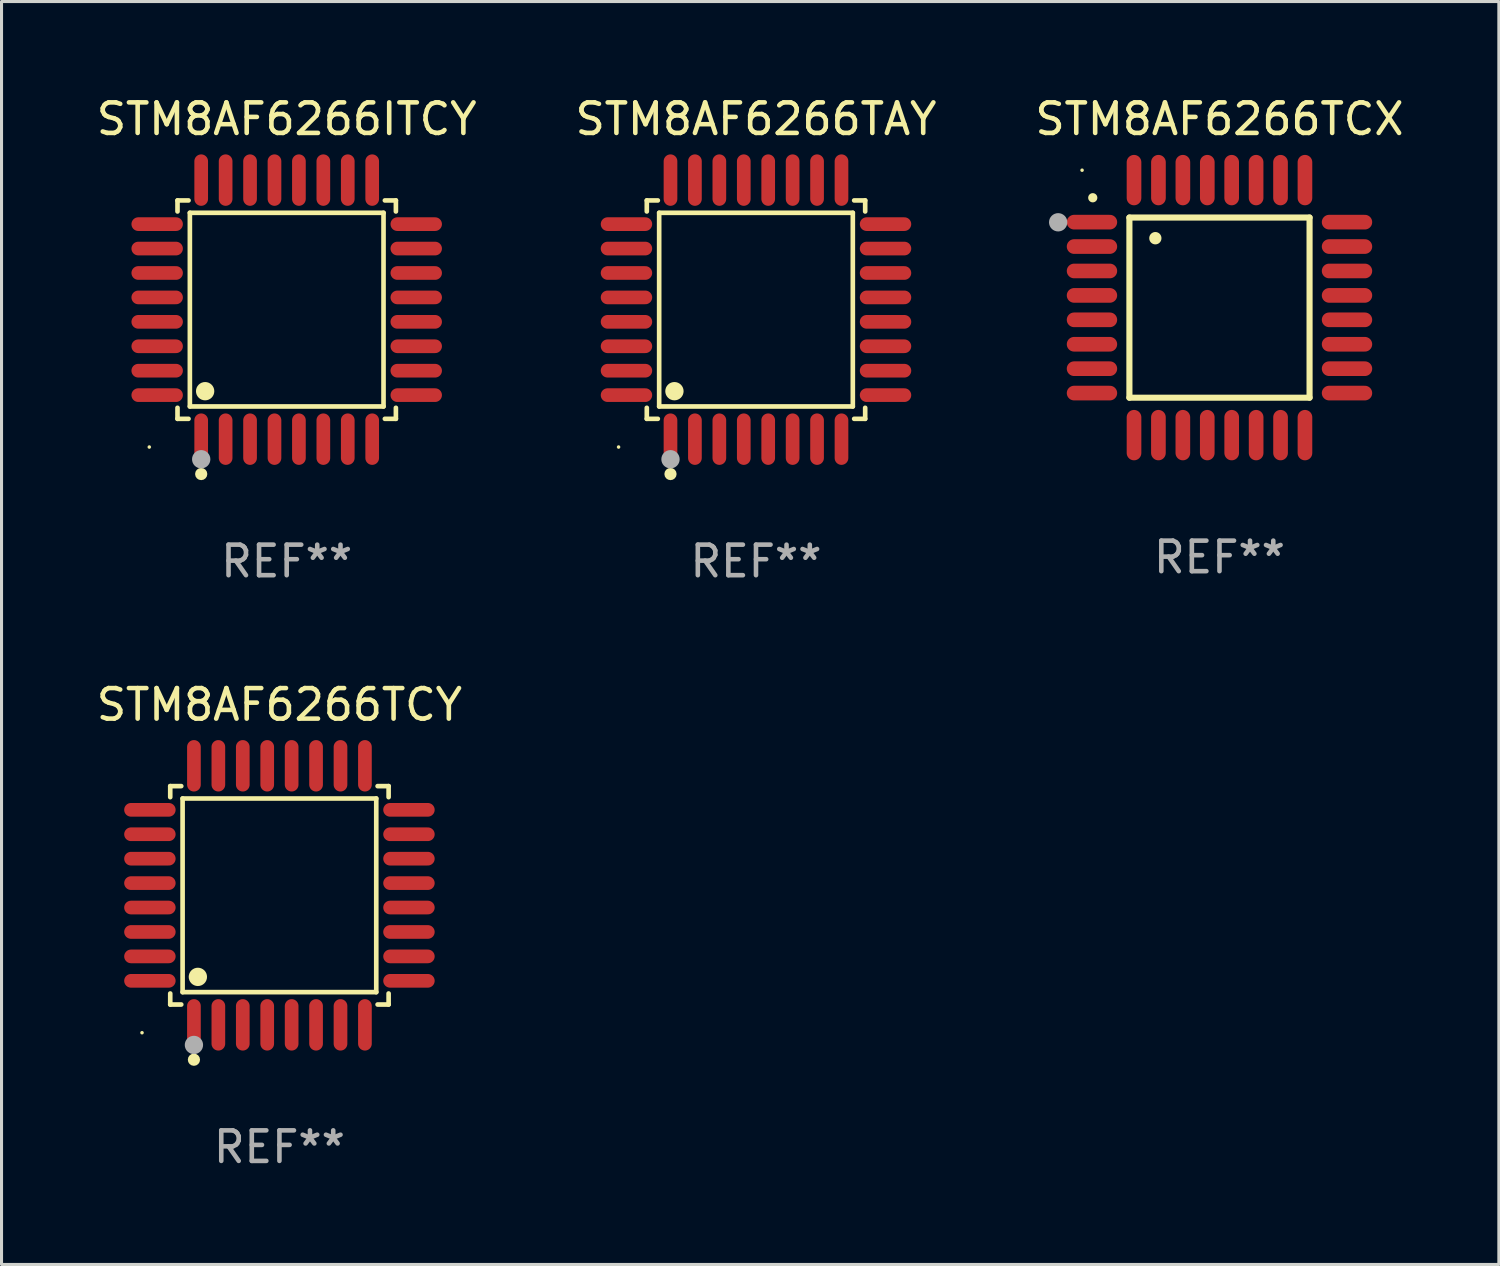
<source format=kicad_pcb>
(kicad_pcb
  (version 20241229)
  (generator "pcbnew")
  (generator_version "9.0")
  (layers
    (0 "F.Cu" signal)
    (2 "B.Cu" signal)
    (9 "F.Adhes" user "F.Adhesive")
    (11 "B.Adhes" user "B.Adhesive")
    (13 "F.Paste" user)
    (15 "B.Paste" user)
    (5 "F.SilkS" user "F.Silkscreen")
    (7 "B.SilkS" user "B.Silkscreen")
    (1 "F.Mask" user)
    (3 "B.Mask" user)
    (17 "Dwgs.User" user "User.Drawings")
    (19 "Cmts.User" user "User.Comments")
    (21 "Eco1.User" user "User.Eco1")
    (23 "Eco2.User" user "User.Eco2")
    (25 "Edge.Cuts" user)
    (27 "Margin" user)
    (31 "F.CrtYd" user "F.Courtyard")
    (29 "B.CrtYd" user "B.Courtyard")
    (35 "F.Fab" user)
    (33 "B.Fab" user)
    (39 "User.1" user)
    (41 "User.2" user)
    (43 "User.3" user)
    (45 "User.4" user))
  (footprint "STM8AF6266TAY"
    (layer "F.Cu")
    (at 21.708 7.09)
    (property "Reference" "STM8AF6266TAY" (at 0 -6.242 0) (layer "F.SilkS") (effects (font (size 1 1) (thickness 0.15))))
    (attr through_hole)
    (fp_line (start -3.576 -3.576) (end -3.215 -3.576) (stroke (width 0.152) (type solid)) (layer "F.SilkS"))
    (fp_line (start -3.576 -3.215) (end -3.576 -3.576) (stroke (width 0.152) (type solid)) (layer "F.SilkS"))
    (fp_line (start -3.576 3.215) (end -3.576 3.576) (stroke (width 0.152) (type solid)) (layer "F.SilkS"))
    (fp_line (start -3.576 3.576) (end -3.215 3.576) (stroke (width 0.152) (type solid)) (layer "F.SilkS"))
    (fp_line (start -3.171 -3.171) (end 3.171 -3.171) (stroke (width 0.152) (type solid)) (layer "F.SilkS"))
    (fp_line (start -3.171 3.171) (end -3.171 -3.171) (stroke (width 0.152) (type solid)) (layer "F.SilkS"))
    (fp_line (start 3.171 -3.171) (end 3.171 3.171) (stroke (width 0.152) (type solid)) (layer "F.SilkS"))
    (fp_line (start 3.171 3.171) (end -3.171 3.171) (stroke (width 0.152) (type solid)) (layer "F.SilkS"))
    (fp_line (start 3.576 -3.576) (end 3.215 -3.576) (stroke (width 0.152) (type solid)) (layer "F.SilkS"))
    (fp_line (start 3.576 -3.215) (end 3.576 -3.576) (stroke (width 0.152) (type solid)) (layer "F.SilkS"))
    (fp_line (start 3.576 3.215) (end 3.576 3.576) (stroke (width 0.152) (type solid)) (layer "F.SilkS"))
    (fp_line (start 3.576 3.576) (end 3.215 3.576) (stroke (width 0.152) (type solid)) (layer "F.SilkS"))
    (fp_circle (center -4.5 4.5) (end -4.47 4.5) (stroke (width 0.06) (type solid)) (fill no) (layer "F.SilkS"))
    (fp_circle (center -2.8 5.384) (end -2.7 5.384) (stroke (width 0.2) (type solid)) (fill no) (layer "F.SilkS"))
    (fp_circle (center -2.671 2.671) (end -2.521 2.671) (stroke (width 0.3) (type solid)) (fill no) (layer "F.SilkS"))
    (fp_circle (center -2.8 4.9) (end -2.65 4.9) (stroke (width 0.3) (type solid)) (fill no) (layer "F.Fab"))
    (fp_text user "REF**" (at 0 8.242 0) (layer "F.Fab") (effects (font (size 1 1) (thickness 0.15))))
    (pad "1" smd oval (at -2.8 4.242) (size 0.448 1.684) (layers "F.Cu" "F.Mask" "F.Paste"))
    (pad "2" smd oval (at -2 4.242) (size 0.448 1.684) (layers "F.Cu" "F.Mask" "F.Paste"))
    (pad "3" smd oval (at -1.2 4.242) (size 0.448 1.684) (layers "F.Cu" "F.Mask" "F.Paste"))
    (pad "4" smd oval (at -0.4 4.242) (size 0.448 1.684) (layers "F.Cu" "F.Mask" "F.Paste"))
    (pad "5" smd oval (at 0.4 4.242) (size 0.448 1.684) (layers "F.Cu" "F.Mask" "F.Paste"))
    (pad "6" smd oval (at 1.2 4.242) (size 0.448 1.684) (layers "F.Cu" "F.Mask" "F.Paste"))
    (pad "7" smd oval (at 2 4.242) (size 0.448 1.684) (layers "F.Cu" "F.Mask" "F.Paste"))
    (pad "8" smd oval (at 2.8 4.242) (size 0.448 1.684) (layers "F.Cu" "F.Mask" "F.Paste"))
    (pad "9" smd oval (at 4.242 2.8) (size 1.684 0.448) (layers "F.Cu" "F.Mask" "F.Paste"))
    (pad "10" smd oval (at 4.242 2) (size 1.684 0.448) (layers "F.Cu" "F.Mask" "F.Paste"))
    (pad "11" smd oval (at 4.242 1.2) (size 1.684 0.448) (layers "F.Cu" "F.Mask" "F.Paste"))
    (pad "12" smd oval (at 4.242 0.4) (size 1.684 0.448) (layers "F.Cu" "F.Mask" "F.Paste"))
    (pad "13" smd oval (at 4.242 -0.4) (size 1.684 0.448) (layers "F.Cu" "F.Mask" "F.Paste"))
    (pad "14" smd oval (at 4.242 -1.2) (size 1.684 0.448) (layers "F.Cu" "F.Mask" "F.Paste"))
    (pad "15" smd oval (at 4.242 -2) (size 1.684 0.448) (layers "F.Cu" "F.Mask" "F.Paste"))
    (pad "16" smd oval (at 4.242 -2.8) (size 1.684 0.448) (layers "F.Cu" "F.Mask" "F.Paste"))
    (pad "17" smd oval (at 2.8 -4.242) (size 0.448 1.684) (layers "F.Cu" "F.Mask" "F.Paste"))
    (pad "18" smd oval (at 2 -4.242) (size 0.448 1.684) (layers "F.Cu" "F.Mask" "F.Paste"))
    (pad "19" smd oval (at 1.2 -4.242) (size 0.448 1.684) (layers "F.Cu" "F.Mask" "F.Paste"))
    (pad "20" smd oval (at 0.4 -4.242) (size 0.448 1.684) (layers "F.Cu" "F.Mask" "F.Paste"))
    (pad "21" smd oval (at -0.4 -4.242) (size 0.448 1.684) (layers "F.Cu" "F.Mask" "F.Paste"))
    (pad "22" smd oval (at -1.2 -4.242) (size 0.448 1.684) (layers "F.Cu" "F.Mask" "F.Paste"))
    (pad "23" smd oval (at -2 -4.242) (size 0.448 1.684) (layers "F.Cu" "F.Mask" "F.Paste"))
    (pad "24" smd oval (at -2.8 -4.242) (size 0.448 1.684) (layers "F.Cu" "F.Mask" "F.Paste"))
    (pad "25" smd oval (at -4.242 -2.8) (size 1.684 0.448) (layers "F.Cu" "F.Mask" "F.Paste"))
    (pad "26" smd oval (at -4.242 -2) (size 1.684 0.448) (layers "F.Cu" "F.Mask" "F.Paste"))
    (pad "27" smd oval (at -4.242 -1.2) (size 1.684 0.448) (layers "F.Cu" "F.Mask" "F.Paste"))
    (pad "28" smd oval (at -4.242 -0.4) (size 1.684 0.448) (layers "F.Cu" "F.Mask" "F.Paste"))
    (pad "29" smd oval (at -4.242 0.4) (size 1.684 0.448) (layers "F.Cu" "F.Mask" "F.Paste"))
    (pad "30" smd oval (at -4.242 1.2) (size 1.684 0.448) (layers "F.Cu" "F.Mask" "F.Paste"))
    (pad "31" smd oval (at -4.242 2) (size 1.684 0.448) (layers "F.Cu" "F.Mask" "F.Paste"))
    (pad "32" smd oval (at -4.242 2.8) (size 1.684 0.448) (layers "F.Cu" "F.Mask" "F.Paste")))
  (footprint "STM8AF6266TCY"
    (layer "F.Cu")
    (at 6.101 26.271)
    (property "Reference" "STM8AF6266TCY" (at 0 -6.242 0) (layer "F.SilkS") (effects (font (size 1 1) (thickness 0.15))))
    (attr through_hole)
    (fp_line (start -3.576 -3.576) (end -3.215 -3.576) (stroke (width 0.152) (type solid)) (layer "F.SilkS"))
    (fp_line (start -3.576 -3.215) (end -3.576 -3.576) (stroke (width 0.152) (type solid)) (layer "F.SilkS"))
    (fp_line (start -3.576 3.215) (end -3.576 3.576) (stroke (width 0.152) (type solid)) (layer "F.SilkS"))
    (fp_line (start -3.576 3.576) (end -3.215 3.576) (stroke (width 0.152) (type solid)) (layer "F.SilkS"))
    (fp_line (start -3.171 -3.171) (end 3.171 -3.171) (stroke (width 0.152) (type solid)) (layer "F.SilkS"))
    (fp_line (start -3.171 3.171) (end -3.171 -3.171) (stroke (width 0.152) (type solid)) (layer "F.SilkS"))
    (fp_line (start 3.171 -3.171) (end 3.171 3.171) (stroke (width 0.152) (type solid)) (layer "F.SilkS"))
    (fp_line (start 3.171 3.171) (end -3.171 3.171) (stroke (width 0.152) (type solid)) (layer "F.SilkS"))
    (fp_line (start 3.576 -3.576) (end 3.215 -3.576) (stroke (width 0.152) (type solid)) (layer "F.SilkS"))
    (fp_line (start 3.576 -3.215) (end 3.576 -3.576) (stroke (width 0.152) (type solid)) (layer "F.SilkS"))
    (fp_line (start 3.576 3.215) (end 3.576 3.576) (stroke (width 0.152) (type solid)) (layer "F.SilkS"))
    (fp_line (start 3.576 3.576) (end 3.215 3.576) (stroke (width 0.152) (type solid)) (layer "F.SilkS"))
    (fp_circle (center -4.5 4.5) (end -4.47 4.5) (stroke (width 0.06) (type solid)) (fill no) (layer "F.SilkS"))
    (fp_circle (center -2.8 5.384) (end -2.7 5.384) (stroke (width 0.2) (type solid)) (fill no) (layer "F.SilkS"))
    (fp_circle (center -2.671 2.671) (end -2.521 2.671) (stroke (width 0.3) (type solid)) (fill no) (layer "F.SilkS"))
    (fp_circle (center -2.8 4.9) (end -2.65 4.9) (stroke (width 0.3) (type solid)) (fill no) (layer "F.Fab"))
    (fp_text user "REF**" (at 0 8.242 0) (layer "F.Fab") (effects (font (size 1 1) (thickness 0.15))))
    (pad "1" smd oval (at -2.8 4.242) (size 0.448 1.684) (layers "F.Cu" "F.Mask" "F.Paste"))
    (pad "2" smd oval (at -2 4.242) (size 0.448 1.684) (layers "F.Cu" "F.Mask" "F.Paste"))
    (pad "3" smd oval (at -1.2 4.242) (size 0.448 1.684) (layers "F.Cu" "F.Mask" "F.Paste"))
    (pad "4" smd oval (at -0.4 4.242) (size 0.448 1.684) (layers "F.Cu" "F.Mask" "F.Paste"))
    (pad "5" smd oval (at 0.4 4.242) (size 0.448 1.684) (layers "F.Cu" "F.Mask" "F.Paste"))
    (pad "6" smd oval (at 1.2 4.242) (size 0.448 1.684) (layers "F.Cu" "F.Mask" "F.Paste"))
    (pad "7" smd oval (at 2 4.242) (size 0.448 1.684) (layers "F.Cu" "F.Mask" "F.Paste"))
    (pad "8" smd oval (at 2.8 4.242) (size 0.448 1.684) (layers "F.Cu" "F.Mask" "F.Paste"))
    (pad "9" smd oval (at 4.242 2.8) (size 1.684 0.448) (layers "F.Cu" "F.Mask" "F.Paste"))
    (pad "10" smd oval (at 4.242 2) (size 1.684 0.448) (layers "F.Cu" "F.Mask" "F.Paste"))
    (pad "11" smd oval (at 4.242 1.2) (size 1.684 0.448) (layers "F.Cu" "F.Mask" "F.Paste"))
    (pad "12" smd oval (at 4.242 0.4) (size 1.684 0.448) (layers "F.Cu" "F.Mask" "F.Paste"))
    (pad "13" smd oval (at 4.242 -0.4) (size 1.684 0.448) (layers "F.Cu" "F.Mask" "F.Paste"))
    (pad "14" smd oval (at 4.242 -1.2) (size 1.684 0.448) (layers "F.Cu" "F.Mask" "F.Paste"))
    (pad "15" smd oval (at 4.242 -2) (size 1.684 0.448) (layers "F.Cu" "F.Mask" "F.Paste"))
    (pad "16" smd oval (at 4.242 -2.8) (size 1.684 0.448) (layers "F.Cu" "F.Mask" "F.Paste"))
    (pad "17" smd oval (at 2.8 -4.242) (size 0.448 1.684) (layers "F.Cu" "F.Mask" "F.Paste"))
    (pad "18" smd oval (at 2 -4.242) (size 0.448 1.684) (layers "F.Cu" "F.Mask" "F.Paste"))
    (pad "19" smd oval (at 1.2 -4.242) (size 0.448 1.684) (layers "F.Cu" "F.Mask" "F.Paste"))
    (pad "20" smd oval (at 0.4 -4.242) (size 0.448 1.684) (layers "F.Cu" "F.Mask" "F.Paste"))
    (pad "21" smd oval (at -0.4 -4.242) (size 0.448 1.684) (layers "F.Cu" "F.Mask" "F.Paste"))
    (pad "22" smd oval (at -1.2 -4.242) (size 0.448 1.684) (layers "F.Cu" "F.Mask" "F.Paste"))
    (pad "23" smd oval (at -2 -4.242) (size 0.448 1.684) (layers "F.Cu" "F.Mask" "F.Paste"))
    (pad "24" smd oval (at -2.8 -4.242) (size 0.448 1.684) (layers "F.Cu" "F.Mask" "F.Paste"))
    (pad "25" smd oval (at -4.242 -2.8) (size 1.684 0.448) (layers "F.Cu" "F.Mask" "F.Paste"))
    (pad "26" smd oval (at -4.242 -2) (size 1.684 0.448) (layers "F.Cu" "F.Mask" "F.Paste"))
    (pad "27" smd oval (at -4.242 -1.2) (size 1.684 0.448) (layers "F.Cu" "F.Mask" "F.Paste"))
    (pad "28" smd oval (at -4.242 -0.4) (size 1.684 0.448) (layers "F.Cu" "F.Mask" "F.Paste"))
    (pad "29" smd oval (at -4.242 0.4) (size 1.684 0.448) (layers "F.Cu" "F.Mask" "F.Paste"))
    (pad "30" smd oval (at -4.242 1.2) (size 1.684 0.448) (layers "F.Cu" "F.Mask" "F.Paste"))
    (pad "31" smd oval (at -4.242 2) (size 1.684 0.448) (layers "F.Cu" "F.Mask" "F.Paste"))
    (pad "32" smd oval (at -4.242 2.8) (size 1.684 0.448) (layers "F.Cu" "F.Mask" "F.Paste")))
  (footprint "STM8AF6266TCX"
    (layer "F.Cu")
    (at 36.887 7.024)
    (property "Reference" "STM8AF6266TCX" (at 0 -6.176 0) (layer "F.SilkS") (effects (font (size 1 1) (thickness 0.15))))
    (attr through_hole)
    (fp_line (start -2.95 -2.95) (end -2.95 2.95) (stroke (width 0.2) (type solid)) (layer "F.SilkS"))
    (fp_line (start -2.95 2.95) (end 2.95 2.95) (stroke (width 0.2) (type solid)) (layer "F.SilkS"))
    (fp_line (start 2.95 -2.95) (end -2.95 -2.95) (stroke (width 0.2) (type solid)) (layer "F.SilkS"))
    (fp_line (start 2.95 2.95) (end 2.95 -2.95) (stroke (width 0.2) (type solid)) (layer "F.SilkS"))
    (fp_arc (start -4.150178 -3.596622) (mid -4.150183 -3.597892) (end -4.150178 -3.599162) (stroke (width 0.3) (type solid)) (layer "F.SilkS"))
    (fp_arc (start -2.100394 -2.270739) (mid -2.10041 -2.273279) (end -2.100394 -2.275819) (stroke (width 0.4) (type solid)) (layer "F.SilkS"))
    (fp_circle (center -4.5 -4.5) (end -4.47 -4.5) (stroke (width 0.06) (type solid)) (fill no) (layer "F.SilkS"))
    (fp_circle (center -5.283 -2.794) (end -5.133 -2.794) (stroke (width 0.3) (type solid)) (fill no) (layer "F.Fab"))
    (fp_text user "REF**" (at 0 8.176 0) (layer "F.Fab") (effects (font (size 1 1) (thickness 0.15))))
    (pad "1" smd oval (at -4.176 -2.799 90) (size 0.48 1.65) (layers "F.Cu" "F.Mask" "F.Paste"))
    (pad "2" smd oval (at -4.176 -2 90) (size 0.48 1.65) (layers "F.Cu" "F.Mask" "F.Paste"))
    (pad "3" smd oval (at -4.176 -1.2 90) (size 0.48 1.65) (layers "F.Cu" "F.Mask" "F.Paste"))
    (pad "4" smd oval (at -4.176 -0.4 90) (size 0.48 1.65) (layers "F.Cu" "F.Mask" "F.Paste"))
    (pad "5" smd oval (at -4.176 0.4 90) (size 0.48 1.65) (layers "F.Cu" "F.Mask" "F.Paste"))
    (pad "6" smd oval (at -4.176 1.2 90) (size 0.48 1.65) (layers "F.Cu" "F.Mask" "F.Paste"))
    (pad "7" smd oval (at -4.176 2 90) (size 0.48 1.65) (layers "F.Cu" "F.Mask" "F.Paste"))
    (pad "8" smd oval (at -4.176 2.799 90) (size 0.48 1.65) (layers "F.Cu" "F.Mask" "F.Paste"))
    (pad "9" smd oval (at -2.799 4.176) (size 0.48 1.65) (layers "F.Cu" "F.Mask" "F.Paste"))
    (pad "10" smd oval (at -2 4.176) (size 0.48 1.65) (layers "F.Cu" "F.Mask" "F.Paste"))
    (pad "11" smd oval (at -1.2 4.176) (size 0.48 1.65) (layers "F.Cu" "F.Mask" "F.Paste"))
    (pad "12" smd oval (at -0.4 4.176) (size 0.48 1.65) (layers "F.Cu" "F.Mask" "F.Paste"))
    (pad "13" smd oval (at 0.4 4.176) (size 0.48 1.65) (layers "F.Cu" "F.Mask" "F.Paste"))
    (pad "14" smd oval (at 1.2 4.176) (size 0.48 1.65) (layers "F.Cu" "F.Mask" "F.Paste"))
    (pad "15" smd oval (at 2 4.176) (size 0.48 1.65) (layers "F.Cu" "F.Mask" "F.Paste"))
    (pad "16" smd oval (at 2.799 4.176) (size 0.48 1.65) (layers "F.Cu" "F.Mask" "F.Paste"))
    (pad "17" smd oval (at 4.176 2.799 90) (size 0.48 1.65) (layers "F.Cu" "F.Mask" "F.Paste"))
    (pad "18" smd oval (at 4.176 2 90) (size 0.48 1.65) (layers "F.Cu" "F.Mask" "F.Paste"))
    (pad "19" smd oval (at 4.176 1.2 90) (size 0.48 1.65) (layers "F.Cu" "F.Mask" "F.Paste"))
    (pad "20" smd oval (at 4.176 0.4 90) (size 0.48 1.65) (layers "F.Cu" "F.Mask" "F.Paste"))
    (pad "21" smd oval (at 4.176 -0.4 90) (size 0.48 1.65) (layers "F.Cu" "F.Mask" "F.Paste"))
    (pad "22" smd oval (at 4.176 -1.2 90) (size 0.48 1.65) (layers "F.Cu" "F.Mask" "F.Paste"))
    (pad "23" smd oval (at 4.176 -2 90) (size 0.48 1.65) (layers "F.Cu" "F.Mask" "F.Paste"))
    (pad "24" smd oval (at 4.176 -2.799 90) (size 0.48 1.65) (layers "F.Cu" "F.Mask" "F.Paste"))
    (pad "25" smd oval (at 2.799 -4.176) (size 0.48 1.65) (layers "F.Cu" "F.Mask" "F.Paste"))
    (pad "26" smd oval (at 1.999 -4.176) (size 0.48 1.65) (layers "F.Cu" "F.Mask" "F.Paste"))
    (pad "27" smd oval (at 1.199 -4.176) (size 0.48 1.65) (layers "F.Cu" "F.Mask" "F.Paste"))
    (pad "28" smd oval (at 0.399 -4.176) (size 0.48 1.65) (layers "F.Cu" "F.Mask" "F.Paste"))
    (pad "29" smd oval (at -0.399 -4.176) (size 0.48 1.65) (layers "F.Cu" "F.Mask" "F.Paste"))
    (pad "30" smd oval (at -1.199 -4.176) (size 0.48 1.65) (layers "F.Cu" "F.Mask" "F.Paste"))
    (pad "31" smd oval (at -1.999 -4.176) (size 0.48 1.65) (layers "F.Cu" "F.Mask" "F.Paste"))
    (pad "32" smd oval (at -2.799 -4.176) (size 0.48 1.65) (layers "F.Cu" "F.Mask" "F.Paste")))
  (footprint "STM8AF6266ITCY"
    (layer "F.Cu")
    (at 6.339 7.09)
    (property "Reference" "STM8AF6266ITCY" (at 0 -6.242 0) (layer "F.SilkS") (effects (font (size 1 1) (thickness 0.15))))
    (attr through_hole)
    (fp_line (start -3.576 -3.576) (end -3.215 -3.576) (stroke (width 0.152) (type solid)) (layer "F.SilkS"))
    (fp_line (start -3.576 -3.215) (end -3.576 -3.576) (stroke (width 0.152) (type solid)) (layer "F.SilkS"))
    (fp_line (start -3.576 3.215) (end -3.576 3.576) (stroke (width 0.152) (type solid)) (layer "F.SilkS"))
    (fp_line (start -3.576 3.576) (end -3.215 3.576) (stroke (width 0.152) (type solid)) (layer "F.SilkS"))
    (fp_line (start -3.171 -3.171) (end 3.171 -3.171) (stroke (width 0.152) (type solid)) (layer "F.SilkS"))
    (fp_line (start -3.171 3.171) (end -3.171 -3.171) (stroke (width 0.152) (type solid)) (layer "F.SilkS"))
    (fp_line (start 3.171 -3.171) (end 3.171 3.171) (stroke (width 0.152) (type solid)) (layer "F.SilkS"))
    (fp_line (start 3.171 3.171) (end -3.171 3.171) (stroke (width 0.152) (type solid)) (layer "F.SilkS"))
    (fp_line (start 3.576 -3.576) (end 3.215 -3.576) (stroke (width 0.152) (type solid)) (layer "F.SilkS"))
    (fp_line (start 3.576 -3.215) (end 3.576 -3.576) (stroke (width 0.152) (type solid)) (layer "F.SilkS"))
    (fp_line (start 3.576 3.215) (end 3.576 3.576) (stroke (width 0.152) (type solid)) (layer "F.SilkS"))
    (fp_line (start 3.576 3.576) (end 3.215 3.576) (stroke (width 0.152) (type solid)) (layer "F.SilkS"))
    (fp_circle (center -4.5 4.5) (end -4.47 4.5) (stroke (width 0.06) (type solid)) (fill no) (layer "F.SilkS"))
    (fp_circle (center -2.8 5.384) (end -2.7 5.384) (stroke (width 0.2) (type solid)) (fill no) (layer "F.SilkS"))
    (fp_circle (center -2.671 2.671) (end -2.521 2.671) (stroke (width 0.3) (type solid)) (fill no) (layer "F.SilkS"))
    (fp_circle (center -2.8 4.9) (end -2.65 4.9) (stroke (width 0.3) (type solid)) (fill no) (layer "F.Fab"))
    (fp_text user "REF**" (at 0 8.242 0) (layer "F.Fab") (effects (font (size 1 1) (thickness 0.15))))
    (pad "1" smd oval (at -2.8 4.242) (size 0.448 1.684) (layers "F.Cu" "F.Mask" "F.Paste"))
    (pad "2" smd oval (at -2 4.242) (size 0.448 1.684) (layers "F.Cu" "F.Mask" "F.Paste"))
    (pad "3" smd oval (at -1.2 4.242) (size 0.448 1.684) (layers "F.Cu" "F.Mask" "F.Paste"))
    (pad "4" smd oval (at -0.4 4.242) (size 0.448 1.684) (layers "F.Cu" "F.Mask" "F.Paste"))
    (pad "5" smd oval (at 0.4 4.242) (size 0.448 1.684) (layers "F.Cu" "F.Mask" "F.Paste"))
    (pad "6" smd oval (at 1.2 4.242) (size 0.448 1.684) (layers "F.Cu" "F.Mask" "F.Paste"))
    (pad "7" smd oval (at 2 4.242) (size 0.448 1.684) (layers "F.Cu" "F.Mask" "F.Paste"))
    (pad "8" smd oval (at 2.8 4.242) (size 0.448 1.684) (layers "F.Cu" "F.Mask" "F.Paste"))
    (pad "9" smd oval (at 4.242 2.8) (size 1.684 0.448) (layers "F.Cu" "F.Mask" "F.Paste"))
    (pad "10" smd oval (at 4.242 2) (size 1.684 0.448) (layers "F.Cu" "F.Mask" "F.Paste"))
    (pad "11" smd oval (at 4.242 1.2) (size 1.684 0.448) (layers "F.Cu" "F.Mask" "F.Paste"))
    (pad "12" smd oval (at 4.242 0.4) (size 1.684 0.448) (layers "F.Cu" "F.Mask" "F.Paste"))
    (pad "13" smd oval (at 4.242 -0.4) (size 1.684 0.448) (layers "F.Cu" "F.Mask" "F.Paste"))
    (pad "14" smd oval (at 4.242 -1.2) (size 1.684 0.448) (layers "F.Cu" "F.Mask" "F.Paste"))
    (pad "15" smd oval (at 4.242 -2) (size 1.684 0.448) (layers "F.Cu" "F.Mask" "F.Paste"))
    (pad "16" smd oval (at 4.242 -2.8) (size 1.684 0.448) (layers "F.Cu" "F.Mask" "F.Paste"))
    (pad "17" smd oval (at 2.8 -4.242) (size 0.448 1.684) (layers "F.Cu" "F.Mask" "F.Paste"))
    (pad "18" smd oval (at 2 -4.242) (size 0.448 1.684) (layers "F.Cu" "F.Mask" "F.Paste"))
    (pad "19" smd oval (at 1.2 -4.242) (size 0.448 1.684) (layers "F.Cu" "F.Mask" "F.Paste"))
    (pad "20" smd oval (at 0.4 -4.242) (size 0.448 1.684) (layers "F.Cu" "F.Mask" "F.Paste"))
    (pad "21" smd oval (at -0.4 -4.242) (size 0.448 1.684) (layers "F.Cu" "F.Mask" "F.Paste"))
    (pad "22" smd oval (at -1.2 -4.242) (size 0.448 1.684) (layers "F.Cu" "F.Mask" "F.Paste"))
    (pad "23" smd oval (at -2 -4.242) (size 0.448 1.684) (layers "F.Cu" "F.Mask" "F.Paste"))
    (pad "24" smd oval (at -2.8 -4.242) (size 0.448 1.684) (layers "F.Cu" "F.Mask" "F.Paste"))
    (pad "25" smd oval (at -4.242 -2.8) (size 1.684 0.448) (layers "F.Cu" "F.Mask" "F.Paste"))
    (pad "26" smd oval (at -4.242 -2) (size 1.684 0.448) (layers "F.Cu" "F.Mask" "F.Paste"))
    (pad "27" smd oval (at -4.242 -1.2) (size 1.684 0.448) (layers "F.Cu" "F.Mask" "F.Paste"))
    (pad "28" smd oval (at -4.242 -0.4) (size 1.684 0.448) (layers "F.Cu" "F.Mask" "F.Paste"))
    (pad "29" smd oval (at -4.242 0.4) (size 1.684 0.448) (layers "F.Cu" "F.Mask" "F.Paste"))
    (pad "30" smd oval (at -4.242 1.2) (size 1.684 0.448) (layers "F.Cu" "F.Mask" "F.Paste"))
    (pad "31" smd oval (at -4.242 2) (size 1.684 0.448) (layers "F.Cu" "F.Mask" "F.Paste"))
    (pad "32" smd oval (at -4.242 2.8) (size 1.684 0.448) (layers "F.Cu" "F.Mask" "F.Paste")))
  (gr_rect
    (start -3 -3)
    (end 46.036 38.361)
    (stroke (width 0.1) (type default))
    (fill no)
    (layer "Edge.Cuts")))
</source>
